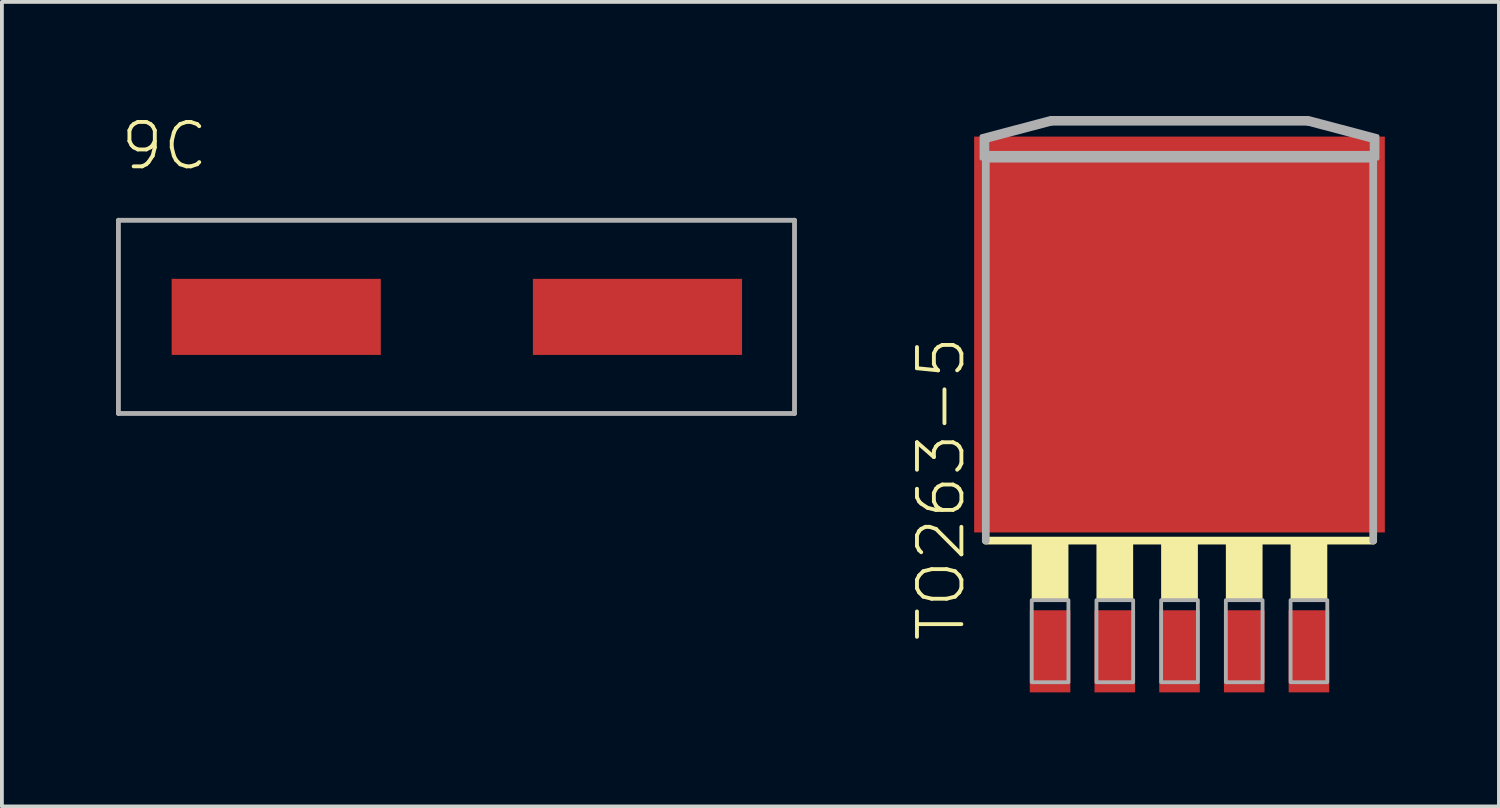
<source format=kicad_pcb>
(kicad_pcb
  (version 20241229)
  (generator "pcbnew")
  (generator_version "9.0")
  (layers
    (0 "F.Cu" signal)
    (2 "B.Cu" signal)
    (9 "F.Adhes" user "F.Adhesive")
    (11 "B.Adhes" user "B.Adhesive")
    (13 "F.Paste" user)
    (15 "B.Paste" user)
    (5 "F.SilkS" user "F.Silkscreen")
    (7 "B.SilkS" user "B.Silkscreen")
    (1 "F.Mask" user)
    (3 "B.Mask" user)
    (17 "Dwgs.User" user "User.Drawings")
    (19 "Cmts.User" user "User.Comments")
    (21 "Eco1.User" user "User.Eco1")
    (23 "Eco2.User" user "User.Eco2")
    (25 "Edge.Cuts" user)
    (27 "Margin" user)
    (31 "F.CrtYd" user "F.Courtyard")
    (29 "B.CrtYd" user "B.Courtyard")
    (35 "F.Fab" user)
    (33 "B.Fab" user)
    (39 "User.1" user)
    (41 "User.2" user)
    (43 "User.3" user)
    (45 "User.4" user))
  (footprint "9C"
    (layer "F.Cu")
    (at 8.954 5.283)
    (property "Reference" "9C" (at -8.89 -3.81 0) (unlocked yes) (layer "F.SilkS") (effects (font (size 1.168 1.168) (thickness 0.102)) (justify left bottom)))
    (fp_line (start -8.89 -2.54) (end -8.89 2.54) (stroke (width 0.127) (type solid)) (layer "F.Fab"))
    (fp_line (start -8.89 2.54) (end 8.89 2.54) (stroke (width 0.127) (type solid)) (layer "F.Fab"))
    (fp_line (start 8.89 -2.54) (end -8.89 -2.54) (stroke (width 0.127) (type solid)) (layer "F.Fab"))
    (fp_line (start 8.89 2.54) (end 8.89 -2.54) (stroke (width 0.127) (type solid)) (layer "F.Fab"))
    (pad "P$1" smd rect (at -4.74 0) (size 5.5 2) (layers "F.Cu" "F.Mask" "F.Paste"))
    (pad "P$2" smd rect (at 4.76 0) (size 5.5 2) (layers "F.Cu" "F.Mask" "F.Paste")))
  (footprint "TO263-5"
    (layer "F.Cu")
    (at 27.968 8.287)
    (property "Reference" "TO263-5" (at -5.588 5.588 90) (unlocked yes) (layer "F.SilkS") (effects (font (size 1.168 1.168) (thickness 0.102)) (justify left bottom)))
    (fp_line (start 5.094 2.88) (end -5.094 2.88) (stroke (width 0.203) (type solid)) (layer "F.SilkS"))
    (fp_poly (pts (xy -3.886 4.47) (xy -2.921 4.47) (xy -2.921 2.794) (xy -3.886 2.794)) (stroke (width 0) (type default)) (fill yes) (layer "F.SilkS"))
    (fp_poly (pts (xy -2.184 4.47) (xy -1.219 4.47) (xy -1.219 2.794) (xy -2.184 2.794)) (stroke (width 0) (type default)) (fill yes) (layer "F.SilkS"))
    (fp_poly (pts (xy -0.483 4.47) (xy 0.483 4.47) (xy 0.483 2.794) (xy -0.483 2.794)) (stroke (width 0) (type default)) (fill yes) (layer "F.SilkS"))
    (fp_poly (pts (xy 1.219 4.47) (xy 2.184 4.47) (xy 2.184 2.794) (xy 1.219 2.794)) (stroke (width 0) (type default)) (fill yes) (layer "F.SilkS"))
    (fp_poly (pts (xy 2.921 4.47) (xy 3.886 4.47) (xy 3.886 2.794) (xy 2.921 2.794)) (stroke (width 0) (type default)) (fill yes) (layer "F.SilkS"))
    (fp_line (start -5.105 -7.678) (end -3.378 -8.135) (stroke (width 0.203) (type solid)) (layer "F.Fab"))
    (fp_line (start -5.105 -7.267) (end -5.105 -7.678) (stroke (width 0.203) (type solid)) (layer "F.Fab"))
    (fp_line (start -5.094 -7.165) (end 5.094 -7.165) (stroke (width 0.203) (type solid)) (layer "F.Fab"))
    (fp_line (start -5.094 2.88) (end -5.094 -7.165) (stroke (width 0.203) (type solid)) (layer "F.Fab"))
    (fp_line (start -3.378 -8.135) (end 3.378 -8.135) (stroke (width 0.203) (type solid)) (layer "F.Fab"))
    (fp_line (start 3.378 -8.135) (end 5.105 -7.678) (stroke (width 0.203) (type solid)) (layer "F.Fab"))
    (fp_line (start 5.094 -7.165) (end 5.094 2.88) (stroke (width 0.203) (type solid)) (layer "F.Fab"))
    (fp_line (start 5.105 -7.678) (end 5.105 -7.267) (stroke (width 0.203) (type solid)) (layer "F.Fab"))
    (fp_line (start 5.105 -7.267) (end -5.105 -7.267) (stroke (width 0.203) (type solid)) (layer "F.Fab"))
    (fp_poly (pts (xy -3.886 6.604) (xy -2.921 6.604) (xy -2.921 4.445) (xy -3.886 4.445)) (stroke (width 0.1) (type default)) (fill no) (layer "F.Fab"))
    (fp_poly (pts (xy -2.184 6.604) (xy -1.219 6.604) (xy -1.219 4.445) (xy -2.184 4.445)) (stroke (width 0.1) (type default)) (fill no) (layer "F.Fab"))
    (fp_poly (pts (xy -0.483 6.604) (xy 0.483 6.604) (xy 0.483 4.445) (xy -0.483 4.445)) (stroke (width 0.1) (type default)) (fill no) (layer "F.Fab"))
    (fp_poly (pts (xy 1.219 6.604) (xy 2.184 6.604) (xy 2.184 4.445) (xy 1.219 4.445)) (stroke (width 0.1) (type default)) (fill no) (layer "F.Fab"))
    (fp_poly (pts (xy 2.921 6.604) (xy 3.886 6.604) (xy 3.886 4.445) (xy 2.921 4.445)) (stroke (width 0.1) (type default)) (fill no) (layer "F.Fab"))
    (fp_poly (pts (xy 5.207 -7.756) (xy 5.207 -7.165) (xy -5.207 -7.165) (xy -5.207 -7.756) (xy -3.391 -8.237) (xy 3.391 -8.237)) (stroke (width 0.1) (type default)) (fill no) (layer "F.Fab"))
    (pad "1" smd rect (at -3.404 5.791) (size 1.067 2.159) (layers "F.Cu" "F.Mask" "F.Paste"))
    (pad "2" smd rect (at -1.702 5.791) (size 1.067 2.159) (layers "F.Cu" "F.Mask" "F.Paste"))
    (pad "3" smd rect (at 0 5.791) (size 1.067 2.159) (layers "F.Cu" "F.Mask" "F.Paste"))
    (pad "4" smd rect (at 1.702 5.791) (size 1.067 2.159) (layers "F.Cu" "F.Mask" "F.Paste"))
    (pad "5" smd rect (at 3.404 5.791) (size 1.067 2.159) (layers "F.Cu" "F.Mask" "F.Paste"))
    (pad "6" smd rect (at 0 -2.54) (size 10.8 10.41) (layers "F.Cu" "F.Mask" "F.Paste")))
  (gr_rect
    (start -3 -3)
    (end 36.368 18.158)
    (stroke (width 0.1) (type default))
    (fill no)
    (layer "Edge.Cuts")))
</source>
